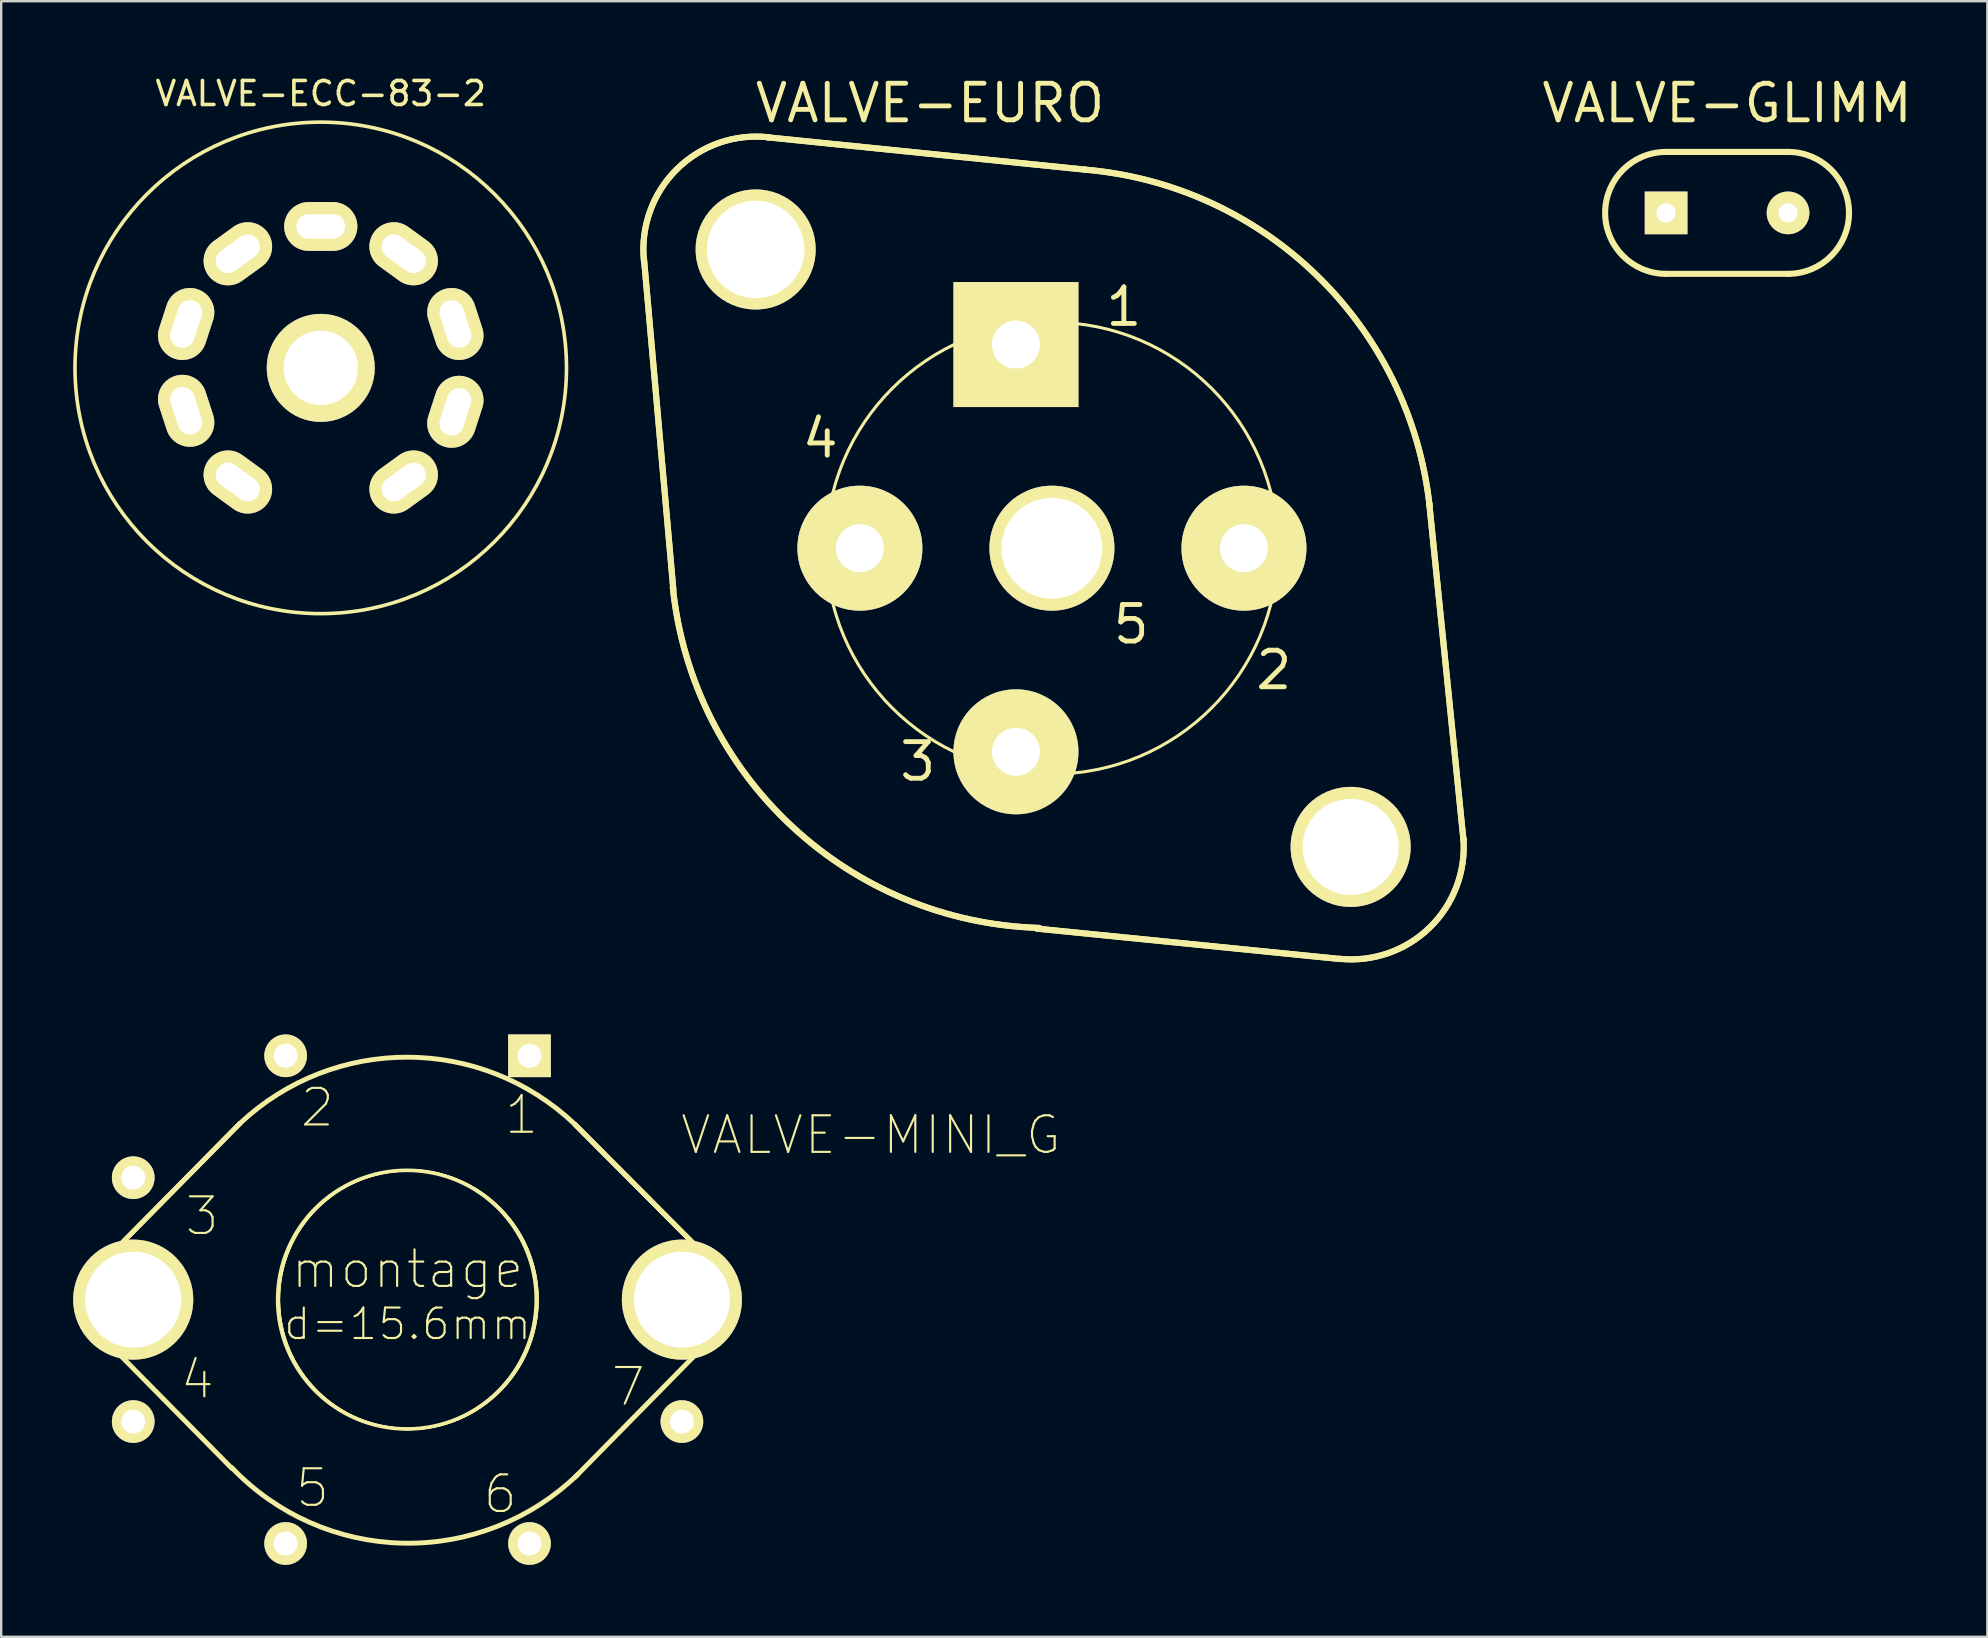
<source format=kicad_pcb>
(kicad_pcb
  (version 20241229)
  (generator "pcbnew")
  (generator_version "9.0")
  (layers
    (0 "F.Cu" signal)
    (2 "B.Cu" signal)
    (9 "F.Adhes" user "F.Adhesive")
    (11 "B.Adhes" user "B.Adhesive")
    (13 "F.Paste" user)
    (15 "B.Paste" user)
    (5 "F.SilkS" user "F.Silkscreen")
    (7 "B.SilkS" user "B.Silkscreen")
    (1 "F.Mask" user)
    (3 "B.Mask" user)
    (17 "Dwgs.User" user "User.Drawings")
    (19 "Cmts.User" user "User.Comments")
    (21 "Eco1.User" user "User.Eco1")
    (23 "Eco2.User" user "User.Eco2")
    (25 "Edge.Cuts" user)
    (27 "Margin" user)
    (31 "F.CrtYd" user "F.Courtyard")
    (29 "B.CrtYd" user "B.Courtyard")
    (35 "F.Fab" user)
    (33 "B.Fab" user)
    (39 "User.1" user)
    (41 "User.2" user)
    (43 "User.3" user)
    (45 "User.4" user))
  (footprint "VALVE-MINI_G"
    (layer "F.Cu")
    (at 13.931 51.099)
    (property "Reference" "VALVE-MINI_G" (at 19.304 -6.858 0) (layer "F.SilkS") (effects (font (size 1.524 1.524) (thickness 0.089))))
    (attr exclude_from_pos_files exclude_from_bom)
    (fp_line (start -12.929 -1.321) (end -6.985 -7.341) (stroke (width 0.203) (type solid)) (layer "F.SilkS"))
    (fp_line (start -12.929 -1.321) (end -6.985 -7.341) (stroke (width 0.203) (type solid)) (layer "F.SilkS"))
    (fp_line (start -12.929 1.346) (end -7.315 7.036) (stroke (width 0.203) (type solid)) (layer "F.SilkS"))
    (fp_line (start 6.985 -7.29) (end 12.979 -1.27) (stroke (width 0.203) (type solid)) (layer "F.SilkS"))
    (fp_line (start 6.985 -7.29) (end 12.979 -1.27) (stroke (width 0.203) (type solid)) (layer "F.SilkS"))
    (fp_line (start 6.985 -7.29) (end 12.979 -1.27) (stroke (width 0.203) (type solid)) (layer "F.SilkS"))
    (fp_line (start 12.903 1.372) (end 6.985 7.391) (stroke (width 0.203) (type solid)) (layer "F.SilkS"))
    (fp_arc (start -12.90066 1.34874) (mid -13.42538 0.019987) (end -12.927382 -1.31901) (stroke (width 0.2032) (type solid)) (layer "F.SilkS"))
    (fp_arc (start -6.985 -7.3406) (mid -0.00353 -10.101458) (end 6.96598 -7.310547) (stroke (width 0.2032) (type solid)) (layer "F.SilkS"))
    (fp_arc (start 7.09422 7.28218) (mid -0.178599 10.14676) (end -7.330404 6.992175) (stroke (width 0.2032) (type solid)) (layer "F.SilkS"))
    (fp_arc (start 12.9794 -1.27) (mid 13.431537 0.085971) (end 12.864795 1.398178) (stroke (width 0.2032) (type solid)) (layer "F.SilkS"))
    (fp_circle (center -0.025 0) (end -3.835 3.81) (stroke (width 0.152) (type solid)) (fill no) (layer "F.SilkS"))
    (fp_circle (center 0.025 0) (end 3.835 3.81) (stroke (width 0.102) (type solid)) (fill no) (layer "F.SilkS"))
    (fp_circle (center 0.025 0) (end 3.835 3.81) (stroke (width 0.102) (type solid)) (fill no) (layer "F.SilkS"))
    (fp_circle (center 0.025 0) (end 3.835 3.81) (stroke (width 0.102) (type solid)) (fill no) (layer "F.SilkS"))
    (fp_text user "d=15.6mm" (at 0 1.016 0) (layer "F.SilkS") (effects (font (size 1.27 1.27) (thickness 0.089))))
    (fp_text user "3" (at -8.56 -3.48 0) (layer "F.SilkS") (effects (font (size 1.524 1.524) (thickness 0.089))))
    (fp_text user "5" (at -3.962 7.849 0) (layer "F.SilkS") (effects (font (size 1.524 1.524) (thickness 0.089))))
    (fp_text user "6" (at 3.861 8.103 0) (layer "F.SilkS") (effects (font (size 1.524 1.524) (thickness 0.089))))
    (fp_text user "4" (at -8.76 3.327 0) (layer "F.SilkS") (effects (font (size 1.524 1.524) (thickness 0.089))))
    (fp_text user "2" (at -3.759 -8.001 0) (layer "F.SilkS") (effects (font (size 1.524 1.524) (thickness 0.089))))
    (fp_text user "montage" (at 0 -1.27 0) (layer "F.SilkS") (effects (font (size 1.524 1.524) (thickness 0.089))))
    (fp_text user "7" (at 9.195 3.63 0) (layer "F.SilkS") (effects (font (size 1.524 1.524) (thickness 0.089))))
    (fp_text user "1" (at 4.75 -7.696 0) (layer "F.SilkS") (effects (font (size 1.524 1.524) (thickness 0.089))))
    (pad "" thru_hole circle (at -11.43 0) (size 5.001 5.001) (drill 4) (layers "*.Cu" "F.Mask" "F.SilkS" "F.Paste"))
    (pad "" thru_hole circle (at 11.43 0) (size 5.001 5.001) (drill 4) (layers "*.Cu" "F.Mask" "F.SilkS" "F.Paste"))
    (pad "1" thru_hole rect (at 5.08 -10.16) (size 1.778 1.778) (drill 0.998) (layers "*.Cu" "F.Mask" "F.SilkS" "F.Paste"))
    (pad "2" thru_hole circle (at -5.08 -10.16) (size 1.778 1.778) (drill 0.998) (layers "*.Cu" "F.Mask" "F.SilkS" "F.Paste"))
    (pad "3" thru_hole circle (at -11.43 -5.08) (size 1.778 1.778) (drill 0.998) (layers "*.Cu" "F.Mask" "F.SilkS" "F.Paste"))
    (pad "4" thru_hole circle (at -11.43 5.08) (size 1.778 1.778) (drill 0.998) (layers "*.Cu" "F.Mask" "F.SilkS" "F.Paste"))
    (pad "5" thru_hole circle (at -5.08 10.16) (size 1.778 1.778) (drill 0.998) (layers "*.Cu" "F.Mask" "F.SilkS" "F.Paste"))
    (pad "6" thru_hole circle (at 5.08 10.16) (size 1.778 1.778) (drill 0.998) (layers "*.Cu" "F.Mask" "F.SilkS" "F.Paste"))
    (pad "7" thru_hole circle (at 11.43 5.08) (size 1.778 1.778) (drill 0.998) (layers "*.Cu" "F.Mask" "F.SilkS" "F.Paste")))
  (footprint "VALVE-ECC-83-2"
    (layer "F.Cu")
    (at 10.314 12.278)
    (property "Reference" "VALVE-ECC-83-2" (at 0 -11.43 0) (layer "F.SilkS") (effects (font (size 1 1) (thickness 0.15))))
    (attr through_hole)
    (fp_circle (center 0 0) (end 10.16 1.27) (stroke (width 0.15) (type solid)) (fill no) (layer "F.SilkS"))
    (pad "1" thru_hole oval (at 3.454 4.755 306) (size 2.032 3.048) (drill oval 1.016 2.032) (layers "*.Cu" "*.Mask" "F.SilkS"))
    (pad "2" thru_hole circle (at 0 0) (size 4.501 4.501) (drill 3.099) (layers "*.Cu" "*.Mask" "F.SilkS"))
    (pad "2" thru_hole oval (at 5.608 1.829 342) (size 2.032 3.048) (drill oval 1.016 2.032) (layers "*.Cu" "*.Mask" "F.SilkS"))
    (pad "3" thru_hole oval (at 5.608 -1.829 18) (size 2.032 3.048) (drill oval 1.016 2.032) (layers "*.Cu" "*.Mask" "F.SilkS"))
    (pad "4" thru_hole oval (at 3.454 -4.755 54) (size 2.032 3.048) (drill oval 1.016 2.032) (layers "*.Cu" "*.Mask" "F.SilkS"))
    (pad "5" thru_hole oval (at 0 -5.893 90) (size 2.032 3.048) (drill oval 1.016 2.032) (layers "*.Cu" "*.Mask" "F.SilkS"))
    (pad "6" thru_hole oval (at -3.454 -4.755 306) (size 2.032 3.048) (drill oval 1.016 2.032) (layers "*.Cu" "*.Mask" "F.SilkS"))
    (pad "7" thru_hole oval (at -5.608 -1.829 342) (size 2.032 3.048) (drill oval 1.016 2.032) (layers "*.Cu" "*.Mask" "F.SilkS"))
    (pad "8" thru_hole oval (at -5.608 1.788 18) (size 2.032 3.048) (drill oval 1.016 2.032) (layers "*.Cu" "*.Mask" "F.SilkS"))
    (pad "9" thru_hole oval (at -3.454 4.755 54) (size 2.032 3.048) (drill oval 1.016 2.032) (layers "*.Cu" "*.Mask" "F.SilkS")))
  (footprint "VALVE-EURO"
    (layer "F.Cu")
    (at 40.778 19.79)
    (property "Reference" "VALVE-EURO" (at -5.08 -18.542 0) (layer "F.SilkS") (effects (font (size 1.524 1.524) (thickness 0.203))))
    (attr exclude_from_pos_files exclude_from_bom)
    (fp_line (start -15.773 1.727) (end -16.993 -12.014) (stroke (width 0.254) (type solid)) (layer "F.SilkS"))
    (fp_line (start -15.773 1.727) (end -16.993 -12.014) (stroke (width 0.254) (type solid)) (layer "F.SilkS"))
    (fp_line (start -11.862 -17.12) (end 1.372 -15.773) (stroke (width 0.254) (type solid)) (layer "F.SilkS"))
    (fp_line (start -11.862 -17.12) (end 1.372 -15.773) (stroke (width 0.254) (type solid)) (layer "F.SilkS"))
    (fp_line (start 12.04 17.12) (end -0.635 15.85) (stroke (width 0.254) (type solid)) (layer "F.SilkS"))
    (fp_line (start 12.04 17.12) (end -0.635 15.85) (stroke (width 0.254) (type solid)) (layer "F.SilkS"))
    (fp_line (start 17.145 12.141) (end 15.723 -1.854) (stroke (width 0.254) (type solid)) (layer "F.SilkS"))
    (fp_line (start 17.145 12.141) (end 15.723 -1.854) (stroke (width 0.254) (type solid)) (layer "F.SilkS"))
    (fp_arc (start -17.00022 -11.98626) (mid -15.619349 -15.797549) (end -11.787255 -17.119588) (stroke (width 0.254) (type solid)) (layer "F.SilkS"))
    (fp_arc (start -17.00022 -11.98626) (mid -15.619349 -15.797549) (end -11.787255 -17.119588) (stroke (width 0.254) (type solid)) (layer "F.SilkS"))
    (fp_arc (start -0.5207 15.82166) (mid -10.825921 11.594935) (end -15.795623 1.626743) (stroke (width 0.254) (type solid)) (layer "F.SilkS"))
    (fp_arc (start -0.5207 15.82166) (mid -10.825921 11.594935) (end -15.795623 1.626743) (stroke (width 0.254) (type solid)) (layer "F.SilkS"))
    (fp_arc (start 1.3716 -15.7734) (mid 11.06139 -11.339934) (end 15.73496 -1.763641) (stroke (width 0.254) (type solid)) (layer "F.SilkS"))
    (fp_arc (start 1.3716 -15.7734) (mid 11.06139 -11.339934) (end 15.73496 -1.763641) (stroke (width 0.254) (type solid)) (layer "F.SilkS"))
    (fp_arc (start 17.145 12.0904) (mid 15.742083 15.803323) (end 11.993757 17.108708) (stroke (width 0.254) (type solid)) (layer "F.SilkS"))
    (fp_arc (start 17.145 12.0904) (mid 15.742083 15.803323) (end 11.993757 17.108708) (stroke (width 0.254) (type solid)) (layer "F.SilkS"))
    (fp_circle (center 0 0) (end -6.655 6.655) (stroke (width 0.127) (type solid)) (fill no) (layer "F.SilkS"))
    (fp_text user "2" (at 9.246 5.08 0) (layer "F.SilkS") (effects (font (size 1.524 1.524) (thickness 0.203))))
    (fp_text user "5" (at 3.302 3.175 0) (layer "F.SilkS") (effects (font (size 1.524 1.524) (thickness 0.203))))
    (fp_text user "1" (at 2.997 -10.058 0) (layer "F.SilkS") (effects (font (size 1.524 1.524) (thickness 0.203))))
    (fp_text user "4" (at -9.652 -4.572 0) (layer "F.SilkS") (effects (font (size 1.524 1.524) (thickness 0.203))))
    (fp_text user "3" (at -5.588 8.89 0) (layer "F.SilkS") (effects (font (size 1.524 1.524) (thickness 0.203))))
    (pad "" thru_hole circle (at -12.344 -12.446) (size 5.001 5.001) (drill 4.064) (layers "*.Cu" "F.Mask" "F.SilkS" "F.Paste"))
    (pad "" thru_hole circle (at 12.446 12.446) (size 5.001 5.001) (drill 4) (layers "*.Cu" "F.Mask" "F.SilkS" "F.Paste"))
    (pad "1" thru_hole rect (at -1.499 -8.484) (size 5.207 5.207) (drill 1.999) (layers "*.Cu" "F.Mask" "F.SilkS" "F.Paste"))
    (pad "2" thru_hole circle (at 8.001 0) (size 5.207 5.207) (drill 1.999) (layers "*.Cu" "F.Mask" "F.SilkS" "F.Paste"))
    (pad "3" thru_hole circle (at -1.499 8.484) (size 5.207 5.207) (drill 1.999) (layers "*.Cu" "F.Mask" "F.SilkS" "F.Paste"))
    (pad "4" thru_hole circle (at -8.001 0) (size 5.207 5.207) (drill 1.999) (layers "*.Cu" "F.Mask" "F.SilkS" "F.Paste"))
    (pad "5" thru_hole circle (at 0 0) (size 5.207 5.207) (drill 4.199) (layers "*.Cu" "F.Mask" "F.SilkS" "F.Paste")))
  (footprint "VALVE-GLIMM"
    (layer "F.Cu")
    (at 67.638 5.82)
    (property "Reference" "VALVE-GLIMM" (at 1.27 -4.572 0) (layer "F.SilkS") (effects (font (size 1.524 1.524) (thickness 0.203))))
    (attr exclude_from_pos_files exclude_from_bom)
    (fp_line (start -1.27 -2.54) (end 3.81 -2.54) (stroke (width 0.254) (type solid)) (layer "F.SilkS"))
    (fp_line (start -1.27 2.54) (end 3.81 2.54) (stroke (width 0.254) (type solid)) (layer "F.SilkS"))
    (fp_arc (start -1.27 2.54) (mid -3.81 0) (end -1.27 -2.54) (stroke (width 0.254) (type solid)) (layer "F.SilkS"))
    (fp_arc (start 3.81 -2.54) (mid 6.35 0) (end 3.81 2.54) (stroke (width 0.254) (type solid)) (layer "F.SilkS"))
    (pad "1" thru_hole rect (at -1.27 0) (size 1.778 1.778) (drill 0.798) (layers "*.Cu" "F.Mask" "F.SilkS" "F.Paste"))
    (pad "2" thru_hole circle (at 3.81 0) (size 1.778 1.778) (drill 0.798) (layers "*.Cu" "F.Mask" "F.SilkS" "F.Paste")))
  (gr_rect
    (start -3 -3)
    (end 79.753 65.148)
    (stroke (width 0.1) (type default))
    (fill no)
    (layer "Edge.Cuts")))
</source>
